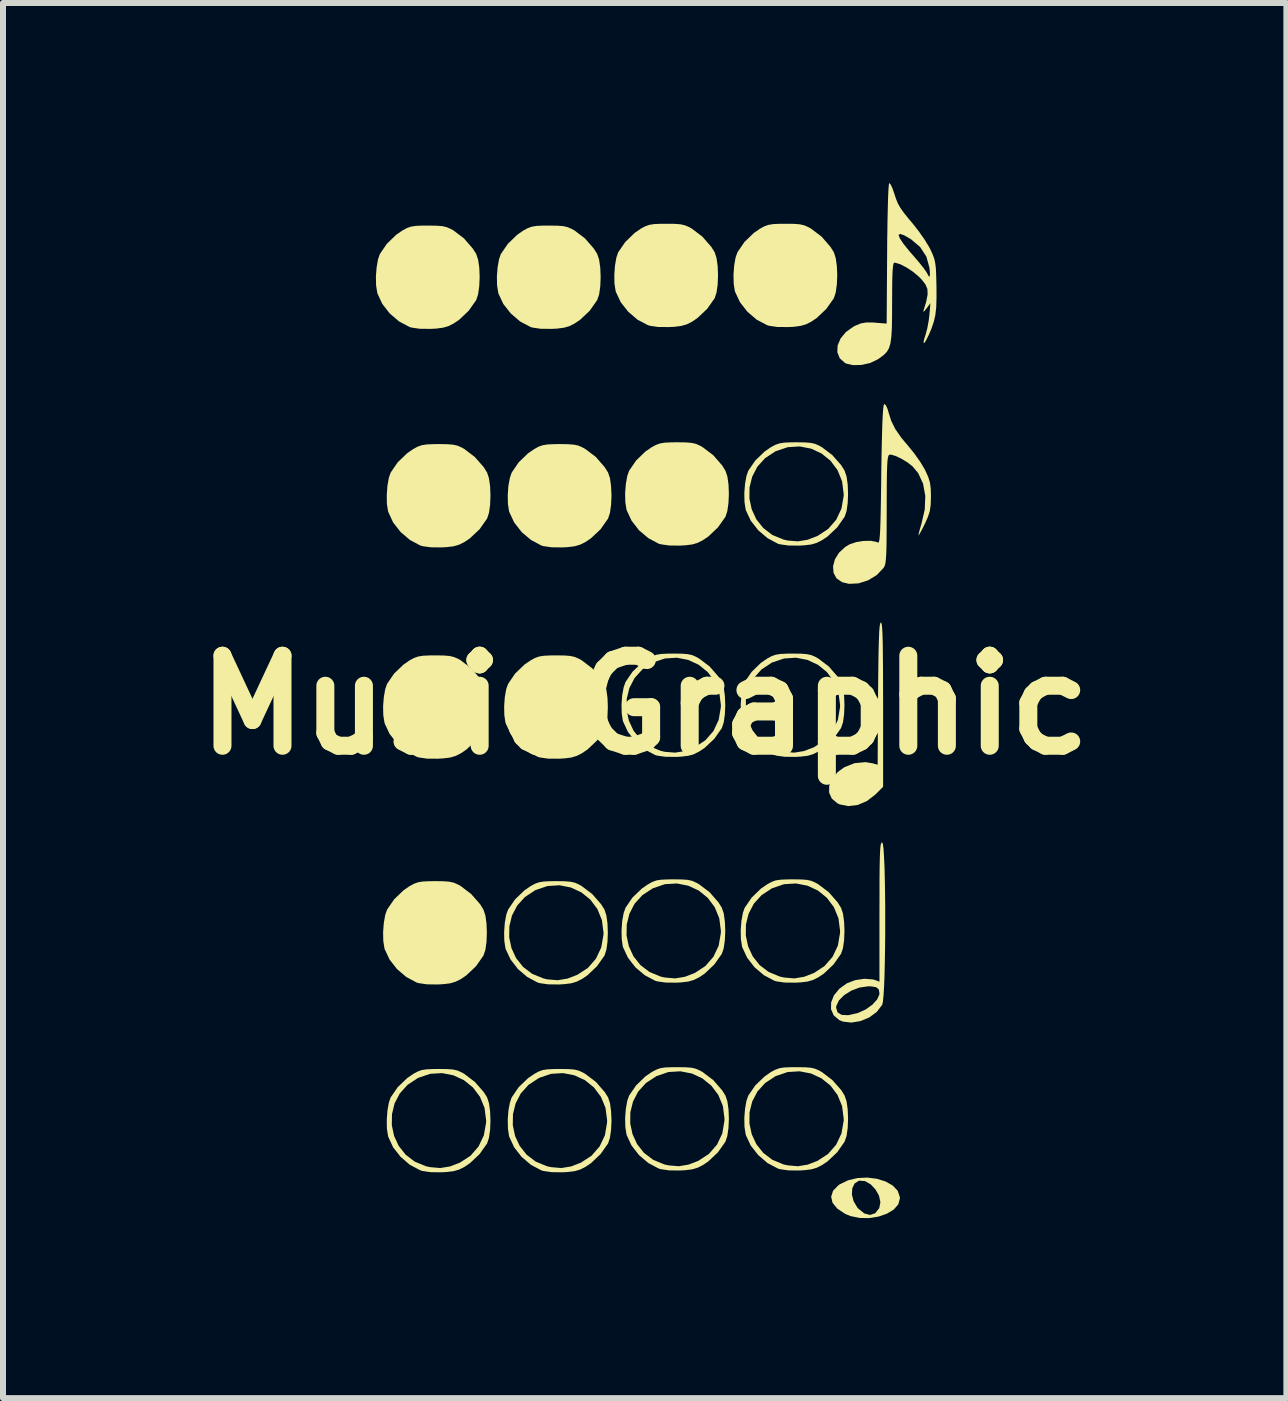
<source format=kicad_pcb>
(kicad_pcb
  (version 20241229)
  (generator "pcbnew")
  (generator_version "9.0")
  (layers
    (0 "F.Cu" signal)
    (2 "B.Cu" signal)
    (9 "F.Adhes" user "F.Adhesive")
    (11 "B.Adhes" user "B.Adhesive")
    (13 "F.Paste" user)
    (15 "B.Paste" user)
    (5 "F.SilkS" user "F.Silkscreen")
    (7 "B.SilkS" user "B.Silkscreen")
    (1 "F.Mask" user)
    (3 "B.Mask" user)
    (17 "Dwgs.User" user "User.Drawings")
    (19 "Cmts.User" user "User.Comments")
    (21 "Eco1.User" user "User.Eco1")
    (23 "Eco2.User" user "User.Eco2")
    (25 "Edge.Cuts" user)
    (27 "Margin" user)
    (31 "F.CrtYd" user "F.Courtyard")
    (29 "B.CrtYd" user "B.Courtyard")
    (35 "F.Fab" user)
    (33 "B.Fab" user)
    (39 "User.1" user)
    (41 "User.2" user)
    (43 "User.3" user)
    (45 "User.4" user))
  (footprint "MusicGraphic"
    (layer "F.Cu")
    (at 7.693 8.699)
    (property "Reference" "MusicGraphic" (at 0 0 0) (layer "F.SilkS") (effects (font (size 1.5 1.5) (thickness 0.3))))
    (attr board_only exclude_from_pos_files exclude_from_bom)
    (fp_poly (pts (xy 3.944 -1.368) (xy 3.952 -1.333) (xy 3.958 -1.268) (xy 3.963 -1.167) (xy 3.967 -1.027) (xy 3.969 -0.844) (xy 3.971 -0.613) (xy 3.972 -0.33) (xy 3.973 -0.014) (xy 3.973 1.362) (xy 3.845 1.49) (xy 3.704 1.599) (xy 3.549 1.665) (xy 3.392 1.684) (xy 3.248 1.655) (xy 3.213 1.638) (xy 3.118 1.559) (xy 3.073 1.458) (xy 3.075 1.344) (xy 3.124 1.227) (xy 3.216 1.117) (xy 3.325 1.037) (xy 3.498 0.968) (xy 3.681 0.951) (xy 3.799 0.971) (xy 3.882 0.994) (xy 3.889 -0.185) (xy 3.892 -0.498) (xy 3.895 -0.755) (xy 3.899 -0.961) (xy 3.904 -1.12) (xy 3.909 -1.237) (xy 3.916 -1.315) (xy 3.925 -1.361) (xy 3.935 -1.377)) (stroke (width 0) (type solid)) (fill yes) (layer "F.SilkS"))
    (fp_poly (pts (xy -3.472 -7.988) (xy -3.374 -7.981) (xy -3.3 -7.964) (xy -3.233 -7.934) (xy -3.187 -7.909) (xy -3.011 -7.776) (xy -2.863 -7.605) (xy -2.807 -7.516) (xy -2.775 -7.42) (xy -2.756 -7.286) (xy -2.75 -7.132) (xy -2.757 -6.978) (xy -2.776 -6.843) (xy -2.807 -6.749) (xy -2.932 -6.572) (xy -3.092 -6.42) (xy -3.184 -6.358) (xy -3.271 -6.314) (xy -3.362 -6.288) (xy -3.479 -6.273) (xy -3.563 -6.269) (xy -3.746 -6.27) (xy -3.884 -6.29) (xy -3.92 -6.301) (xy -4.092 -6.392) (xy -4.248 -6.525) (xy -4.372 -6.684) (xy -4.452 -6.855) (xy -4.457 -6.874) (xy -4.476 -6.995) (xy -4.479 -7.143) (xy -4.467 -7.295) (xy -4.443 -7.43) (xy -4.413 -7.516) (xy -4.297 -7.686) (xy -4.141 -7.837) (xy -4.036 -7.909) (xy -3.964 -7.948) (xy -3.896 -7.972) (xy -3.815 -7.985) (xy -3.703 -7.99) (xy -3.611 -7.99)) (stroke (width 0) (type solid)) (fill yes) (layer "F.SilkS"))
    (fp_poly (pts (xy -3.351 -0.826) (xy -3.253 -0.818) (xy -3.18 -0.801) (xy -3.112 -0.772) (xy -3.066 -0.746) (xy -2.891 -0.613) (xy -2.742 -0.442) (xy -2.687 -0.353) (xy -2.655 -0.258) (xy -2.636 -0.123) (xy -2.63 0.031) (xy -2.636 0.185) (xy -2.655 0.319) (xy -2.687 0.413) (xy -2.811 0.591) (xy -2.972 0.742) (xy -3.063 0.804) (xy -3.151 0.848) (xy -3.242 0.875) (xy -3.359 0.889) (xy -3.443 0.894) (xy -3.626 0.893) (xy -3.764 0.873) (xy -3.8 0.862) (xy -3.972 0.77) (xy -4.127 0.638) (xy -4.252 0.479) (xy -4.332 0.308) (xy -4.337 0.289) (xy -4.356 0.168) (xy -4.359 0.02) (xy -4.347 -0.133) (xy -4.323 -0.268) (xy -4.293 -0.353) (xy -4.176 -0.524) (xy -4.02 -0.674) (xy -3.916 -0.746) (xy -3.843 -0.785) (xy -3.775 -0.809) (xy -3.695 -0.822) (xy -3.583 -0.827) (xy -3.491 -0.828)) (stroke (width 0) (type solid)) (fill yes) (layer "F.SilkS"))
    (fp_poly (pts (xy -3.351 2.936) (xy -3.253 2.944) (xy -3.18 2.96) (xy -3.112 2.99) (xy -3.066 3.016) (xy -2.891 3.149) (xy -2.742 3.319) (xy -2.687 3.409) (xy -2.655 3.504) (xy -2.636 3.639) (xy -2.63 3.793) (xy -2.636 3.947) (xy -2.655 4.081) (xy -2.687 4.175) (xy -2.811 4.352) (xy -2.972 4.504) (xy -3.063 4.566) (xy -3.151 4.61) (xy -3.242 4.637) (xy -3.359 4.651) (xy -3.443 4.656) (xy -3.626 4.654) (xy -3.764 4.634) (xy -3.8 4.624) (xy -3.972 4.532) (xy -4.127 4.4) (xy -4.252 4.24) (xy -4.332 4.069) (xy -4.337 4.051) (xy -4.356 3.93) (xy -4.359 3.782) (xy -4.347 3.629) (xy -4.323 3.494) (xy -4.293 3.409) (xy -4.176 3.238) (xy -4.02 3.088) (xy -3.916 3.016) (xy -3.843 2.977) (xy -3.775 2.953) (xy -3.695 2.94) (xy -3.583 2.935) (xy -3.491 2.934)) (stroke (width 0) (type solid)) (fill yes) (layer "F.SilkS"))
    (fp_poly (pts (xy -3.291 -4.347) (xy -3.193 -4.339) (xy -3.12 -4.323) (xy -3.052 -4.293) (xy -3.006 -4.267) (xy -2.831 -4.134) (xy -2.682 -3.964) (xy -2.626 -3.874) (xy -2.595 -3.779) (xy -2.576 -3.644) (xy -2.57 -3.49) (xy -2.576 -3.336) (xy -2.595 -3.202) (xy -2.626 -3.108) (xy -2.751 -2.93) (xy -2.912 -2.779) (xy -3.003 -2.717) (xy -3.091 -2.673) (xy -3.182 -2.646) (xy -3.298 -2.632) (xy -3.383 -2.627) (xy -3.566 -2.629) (xy -3.704 -2.648) (xy -3.739 -2.659) (xy -3.912 -2.751) (xy -4.067 -2.883) (xy -4.192 -3.043) (xy -4.271 -3.214) (xy -4.277 -3.232) (xy -4.296 -3.353) (xy -4.298 -3.501) (xy -4.287 -3.654) (xy -4.263 -3.789) (xy -4.233 -3.874) (xy -4.116 -4.045) (xy -3.96 -4.195) (xy -3.856 -4.267) (xy -3.783 -4.306) (xy -3.715 -4.33) (xy -3.634 -4.343) (xy -3.523 -4.348) (xy -3.431 -4.349)) (stroke (width 0) (type solid)) (fill yes) (layer "F.SilkS"))
    (fp_poly (pts (xy -1.455 -7.988) (xy -1.357 -7.981) (xy -1.284 -7.964) (xy -1.216 -7.934) (xy -1.17 -7.909) (xy -0.995 -7.776) (xy -0.846 -7.605) (xy -0.791 -7.516) (xy -0.759 -7.42) (xy -0.74 -7.286) (xy -0.734 -7.132) (xy -0.74 -6.978) (xy -0.759 -6.843) (xy -0.791 -6.749) (xy -0.915 -6.572) (xy -1.076 -6.42) (xy -1.168 -6.358) (xy -1.255 -6.314) (xy -1.346 -6.288) (xy -1.463 -6.273) (xy -1.547 -6.269) (xy -1.73 -6.27) (xy -1.868 -6.29) (xy -1.904 -6.301) (xy -2.076 -6.392) (xy -2.231 -6.525) (xy -2.356 -6.684) (xy -2.436 -6.855) (xy -2.441 -6.874) (xy -2.46 -6.995) (xy -2.463 -7.143) (xy -2.451 -7.295) (xy -2.427 -7.43) (xy -2.397 -7.516) (xy -2.28 -7.686) (xy -2.124 -7.837) (xy -2.02 -7.909) (xy -1.947 -7.948) (xy -1.879 -7.972) (xy -1.799 -7.985) (xy -1.687 -7.99) (xy -1.595 -7.99)) (stroke (width 0) (type solid)) (fill yes) (layer "F.SilkS"))
    (fp_poly (pts (xy -1.335 -0.826) (xy -1.237 -0.818) (xy -1.163 -0.801) (xy -1.096 -0.772) (xy -1.05 -0.746) (xy -0.875 -0.613) (xy -0.726 -0.442) (xy -0.67 -0.353) (xy -0.639 -0.258) (xy -0.62 -0.123) (xy -0.614 0.031) (xy -0.62 0.185) (xy -0.639 0.319) (xy -0.67 0.413) (xy -0.795 0.591) (xy -0.955 0.742) (xy -1.047 0.804) (xy -1.135 0.848) (xy -1.226 0.875) (xy -1.342 0.889) (xy -1.427 0.894) (xy -1.609 0.893) (xy -1.748 0.873) (xy -1.783 0.862) (xy -1.956 0.77) (xy -2.111 0.638) (xy -2.235 0.479) (xy -2.315 0.308) (xy -2.321 0.289) (xy -2.339 0.168) (xy -2.342 0.02) (xy -2.331 -0.133) (xy -2.307 -0.268) (xy -2.276 -0.353) (xy -2.16 -0.524) (xy -2.004 -0.674) (xy -1.899 -0.746) (xy -1.827 -0.785) (xy -1.759 -0.809) (xy -1.678 -0.822) (xy -1.566 -0.827) (xy -1.475 -0.828)) (stroke (width 0) (type solid)) (fill yes) (layer "F.SilkS"))
    (fp_poly (pts (xy -1.275 -4.347) (xy -1.177 -4.339) (xy -1.103 -4.323) (xy -1.036 -4.293) (xy -0.99 -4.267) (xy -0.814 -4.134) (xy -0.666 -3.964) (xy -0.61 -3.874) (xy -0.578 -3.779) (xy -0.56 -3.644) (xy -0.553 -3.49) (xy -0.56 -3.336) (xy -0.579 -3.202) (xy -0.61 -3.108) (xy -0.735 -2.93) (xy -0.895 -2.779) (xy -0.987 -2.717) (xy -1.075 -2.673) (xy -1.166 -2.646) (xy -1.282 -2.632) (xy -1.367 -2.627) (xy -1.549 -2.629) (xy -1.687 -2.648) (xy -1.723 -2.659) (xy -1.895 -2.751) (xy -2.051 -2.883) (xy -2.175 -3.043) (xy -2.255 -3.214) (xy -2.261 -3.232) (xy -2.279 -3.353) (xy -2.282 -3.501) (xy -2.271 -3.654) (xy -2.246 -3.789) (xy -2.216 -3.874) (xy -2.1 -4.045) (xy -1.944 -4.195) (xy -1.839 -4.267) (xy -1.767 -4.306) (xy -1.699 -4.33) (xy -1.618 -4.343) (xy -1.506 -4.348) (xy -1.414 -4.349)) (stroke (width 0) (type solid)) (fill yes) (layer "F.SilkS"))
    (fp_poly (pts (xy 0.501 -8.019) (xy 0.599 -8.011) (xy 0.672 -7.994) (xy 0.74 -7.965) (xy 0.786 -7.939) (xy 0.961 -7.806) (xy 1.11 -7.635) (xy 1.166 -7.546) (xy 1.197 -7.45) (xy 1.216 -7.316) (xy 1.222 -7.162) (xy 1.216 -7.008) (xy 1.197 -6.873) (xy 1.166 -6.779) (xy 1.041 -6.602) (xy 0.88 -6.45) (xy 0.789 -6.388) (xy 0.701 -6.344) (xy 0.61 -6.318) (xy 0.494 -6.303) (xy 0.409 -6.299) (xy 0.226 -6.3) (xy 0.088 -6.32) (xy 0.053 -6.331) (xy -0.12 -6.422) (xy -0.275 -6.555) (xy -0.4 -6.714) (xy -0.48 -6.885) (xy -0.485 -6.904) (xy -0.504 -7.025) (xy -0.506 -7.173) (xy -0.495 -7.325) (xy -0.471 -7.46) (xy -0.441 -7.546) (xy -0.324 -7.716) (xy -0.168 -7.867) (xy -0.064 -7.939) (xy 0.009 -7.978) (xy 0.077 -8.002) (xy 0.157 -8.015) (xy 0.269 -8.02) (xy 0.361 -8.02)) (stroke (width 0) (type solid)) (fill yes) (layer "F.SilkS"))
    (fp_poly (pts (xy 0.682 -4.377) (xy 0.779 -4.369) (xy 0.853 -4.353) (xy 0.92 -4.323) (xy 0.966 -4.297) (xy 1.142 -4.164) (xy 1.29 -3.994) (xy 1.346 -3.904) (xy 1.378 -3.809) (xy 1.397 -3.674) (xy 1.403 -3.52) (xy 1.396 -3.366) (xy 1.377 -3.232) (xy 1.346 -3.138) (xy 1.221 -2.961) (xy 1.061 -2.809) (xy 0.969 -2.747) (xy 0.882 -2.703) (xy 0.791 -2.676) (xy 0.674 -2.662) (xy 0.59 -2.657) (xy 0.407 -2.659) (xy 0.269 -2.679) (xy 0.233 -2.689) (xy 0.061 -2.781) (xy -0.095 -2.913) (xy -0.219 -3.073) (xy -0.299 -3.244) (xy -0.304 -3.262) (xy -0.323 -3.383) (xy -0.326 -3.531) (xy -0.314 -3.684) (xy -0.29 -3.819) (xy -0.26 -3.904) (xy -0.143 -4.075) (xy 0.012 -4.225) (xy 0.117 -4.297) (xy 0.19 -4.336) (xy 0.257 -4.36) (xy 0.338 -4.373) (xy 0.45 -4.378) (xy 0.542 -4.379)) (stroke (width 0) (type solid)) (fill yes) (layer "F.SilkS"))
    (fp_poly (pts (xy 2.487 -8.019) (xy 2.585 -8.011) (xy 2.659 -7.994) (xy 2.726 -7.965) (xy 2.772 -7.939) (xy 2.948 -7.806) (xy 3.096 -7.635) (xy 3.152 -7.546) (xy 3.183 -7.45) (xy 3.202 -7.316) (xy 3.209 -7.162) (xy 3.202 -7.008) (xy 3.183 -6.873) (xy 3.152 -6.779) (xy 3.027 -6.602) (xy 2.867 -6.45) (xy 2.775 -6.388) (xy 2.687 -6.344) (xy 2.596 -6.318) (xy 2.48 -6.303) (xy 2.395 -6.299) (xy 2.213 -6.3) (xy 2.074 -6.32) (xy 2.039 -6.331) (xy 1.866 -6.422) (xy 1.711 -6.555) (xy 1.587 -6.714) (xy 1.507 -6.885) (xy 1.501 -6.904) (xy 1.483 -7.025) (xy 1.48 -7.173) (xy 1.491 -7.325) (xy 1.515 -7.46) (xy 1.546 -7.546) (xy 1.662 -7.716) (xy 1.818 -7.867) (xy 1.923 -7.939) (xy 1.995 -7.978) (xy 2.063 -8.002) (xy 2.144 -8.015) (xy 2.256 -8.02) (xy 2.347 -8.02)) (stroke (width 0) (type solid)) (fill yes) (layer "F.SilkS"))
    (fp_poly (pts (xy 3.87 7.894) (xy 4.014 7.939) (xy 4.133 8.006) (xy 4.216 8.094) (xy 4.252 8.2) (xy 4.253 8.221) (xy 4.226 8.321) (xy 4.15 8.407) (xy 4.036 8.476) (xy 3.897 8.524) (xy 3.741 8.549) (xy 3.582 8.547) (xy 3.428 8.515) (xy 3.341 8.479) (xy 3.209 8.391) (xy 3.13 8.294) (xy 3.107 8.192) (xy 3.119 8.156) (xy 3.453 8.156) (xy 3.481 8.267) (xy 3.542 8.371) (xy 3.558 8.39) (xy 3.659 8.471) (xy 3.755 8.497) (xy 3.841 8.468) (xy 3.908 8.384) (xy 3.909 8.382) (xy 3.928 8.283) (xy 3.904 8.175) (xy 3.846 8.072) (xy 3.766 7.987) (xy 3.673 7.933) (xy 3.577 7.925) (xy 3.569 7.927) (xy 3.498 7.972) (xy 3.459 8.053) (xy 3.453 8.156) (xy 3.119 8.156) (xy 3.139 8.093) (xy 3.229 8.001) (xy 3.246 7.989) (xy 3.389 7.919) (xy 3.547 7.882) (xy 3.711 7.874)) (stroke (width 0) (type solid)) (fill yes) (layer "F.SilkS"))
    (fp_poly (pts (xy 3.969 2.316) (xy 3.98 2.398) (xy 3.988 2.525) (xy 3.996 2.691) (xy 4.001 2.887) (xy 4.005 3.107) (xy 4.008 3.343) (xy 4.008 3.588) (xy 4.008 3.835) (xy 4.005 4.076) (xy 4.001 4.305) (xy 3.996 4.513) (xy 3.989 4.693) (xy 3.98 4.838) (xy 3.97 4.941) (xy 3.958 4.995) (xy 3.957 4.996) (xy 3.868 5.113) (xy 3.743 5.205) (xy 3.596 5.266) (xy 3.445 5.291) (xy 3.304 5.275) (xy 3.243 5.25) (xy 3.15 5.171) (xy 3.105 5.069) (xy 3.105 5.043) (xy 3.19 5.043) (xy 3.214 5.121) (xy 3.283 5.163) (xy 3.392 5.168) (xy 3.539 5.135) (xy 3.562 5.128) (xy 3.687 5.07) (xy 3.795 4.992) (xy 3.874 4.905) (xy 3.911 4.822) (xy 3.912 4.806) (xy 3.901 4.739) (xy 3.859 4.702) (xy 3.775 4.688) (xy 3.718 4.687) (xy 3.578 4.708) (xy 3.443 4.759) (xy 3.325 4.833) (xy 3.237 4.921) (xy 3.193 5.014) (xy 3.19 5.043) (xy 3.105 5.043) (xy 3.107 4.955) (xy 3.153 4.838) (xy 3.243 4.728) (xy 3.369 4.637) (xy 3.507 4.584) (xy 3.661 4.561) (xy 3.803 4.572) (xy 3.845 4.584) (xy 3.912 4.609) (xy 3.912 3.448) (xy 3.913 3.15) (xy 3.913 2.907) (xy 3.915 2.713) (xy 3.918 2.563) (xy 3.922 2.452) (xy 3.927 2.374) (xy 3.934 2.325) (xy 3.943 2.297) (xy 3.954 2.288) (xy 3.957 2.287)) (stroke (width 0) (type solid)) (fill yes) (layer "F.SilkS"))
    (fp_poly (pts (xy -3.291 6.066) (xy -3.193 6.073) (xy -3.12 6.09) (xy -3.052 6.12) (xy -3.006 6.146) (xy -2.831 6.279) (xy -2.682 6.449) (xy -2.626 6.538) (xy -2.595 6.634) (xy -2.576 6.769) (xy -2.57 6.923) (xy -2.576 7.077) (xy -2.595 7.211) (xy -2.626 7.305) (xy -2.751 7.482) (xy -2.912 7.634) (xy -3.003 7.696) (xy -3.091 7.74) (xy -3.182 7.767) (xy -3.298 7.781) (xy -3.383 7.786) (xy -3.566 7.784) (xy -3.704 7.764) (xy -3.739 7.753) (xy -3.912 7.662) (xy -4.067 7.529) (xy -4.192 7.37) (xy -4.271 7.199) (xy -4.277 7.18) (xy -4.296 7.059) (xy -4.297 7.001) (xy -4.214 7.001) (xy -4.176 7.18) (xy -4.099 7.346) (xy -3.984 7.492) (xy -3.832 7.608) (xy -3.645 7.685) (xy -3.577 7.7) (xy -3.406 7.715) (xy -3.242 7.688) (xy -3.079 7.625) (xy -2.902 7.51) (xy -2.768 7.355) (xy -2.68 7.169) (xy -2.643 6.958) (xy -2.642 6.922) (xy -2.669 6.712) (xy -2.745 6.528) (xy -2.862 6.372) (xy -3.012 6.251) (xy -3.186 6.17) (xy -3.377 6.133) (xy -3.576 6.145) (xy -3.776 6.213) (xy -3.777 6.213) (xy -3.951 6.328) (xy -4.081 6.472) (xy -4.168 6.638) (xy -4.211 6.817) (xy -4.214 7.001) (xy -4.297 7.001) (xy -4.298 6.912) (xy -4.287 6.759) (xy -4.263 6.624) (xy -4.233 6.538) (xy -4.116 6.368) (xy -3.96 6.218) (xy -3.856 6.146) (xy -3.783 6.107) (xy -3.715 6.082) (xy -3.634 6.07) (xy -3.523 6.065) (xy -3.431 6.064)) (stroke (width 0) (type solid)) (fill yes) (layer "F.SilkS"))
    (fp_poly (pts (xy -1.335 2.936) (xy -1.237 2.944) (xy -1.163 2.96) (xy -1.096 2.99) (xy -1.05 3.016) (xy -0.875 3.149) (xy -0.726 3.319) (xy -0.67 3.409) (xy -0.639 3.504) (xy -0.62 3.639) (xy -0.614 3.793) (xy -0.62 3.947) (xy -0.639 4.081) (xy -0.67 4.175) (xy -0.795 4.352) (xy -0.955 4.504) (xy -1.047 4.566) (xy -1.135 4.61) (xy -1.226 4.637) (xy -1.342 4.651) (xy -1.427 4.656) (xy -1.609 4.654) (xy -1.748 4.634) (xy -1.783 4.624) (xy -1.956 4.532) (xy -2.111 4.4) (xy -2.235 4.24) (xy -2.315 4.069) (xy -2.321 4.051) (xy -2.339 3.93) (xy -2.341 3.871) (xy -2.258 3.871) (xy -2.22 4.05) (xy -2.143 4.217) (xy -2.028 4.362) (xy -1.876 4.478) (xy -1.689 4.555) (xy -1.621 4.571) (xy -1.45 4.585) (xy -1.286 4.558) (xy -1.122 4.495) (xy -0.946 4.38) (xy -0.812 4.226) (xy -0.724 4.039) (xy -0.687 3.828) (xy -0.686 3.792) (xy -0.713 3.583) (xy -0.789 3.398) (xy -0.906 3.242) (xy -1.056 3.121) (xy -1.23 3.04) (xy -1.421 3.003) (xy -1.62 3.016) (xy -1.82 3.083) (xy -1.82 3.083) (xy -1.995 3.198) (xy -2.125 3.342) (xy -2.212 3.508) (xy -2.255 3.687) (xy -2.258 3.871) (xy -2.341 3.871) (xy -2.342 3.782) (xy -2.331 3.629) (xy -2.307 3.494) (xy -2.276 3.409) (xy -2.16 3.238) (xy -2.004 3.088) (xy -1.899 3.016) (xy -1.827 2.977) (xy -1.759 2.953) (xy -1.678 2.94) (xy -1.566 2.935) (xy -1.475 2.934)) (stroke (width 0) (type solid)) (fill yes) (layer "F.SilkS"))
    (fp_poly (pts (xy -1.275 6.066) (xy -1.177 6.073) (xy -1.103 6.09) (xy -1.036 6.12) (xy -0.99 6.146) (xy -0.814 6.279) (xy -0.666 6.449) (xy -0.61 6.538) (xy -0.578 6.634) (xy -0.56 6.769) (xy -0.553 6.923) (xy -0.56 7.077) (xy -0.579 7.211) (xy -0.61 7.305) (xy -0.735 7.482) (xy -0.895 7.634) (xy -0.987 7.696) (xy -1.075 7.74) (xy -1.166 7.767) (xy -1.282 7.781) (xy -1.367 7.786) (xy -1.549 7.784) (xy -1.687 7.764) (xy -1.723 7.753) (xy -1.895 7.662) (xy -2.051 7.529) (xy -2.175 7.37) (xy -2.255 7.199) (xy -2.261 7.18) (xy -2.279 7.059) (xy -2.28 7.001) (xy -2.198 7.001) (xy -2.16 7.18) (xy -2.083 7.346) (xy -1.968 7.492) (xy -1.816 7.608) (xy -1.629 7.685) (xy -1.561 7.7) (xy -1.389 7.715) (xy -1.225 7.688) (xy -1.062 7.625) (xy -0.886 7.51) (xy -0.751 7.355) (xy -0.663 7.169) (xy -0.627 6.958) (xy -0.626 6.922) (xy -0.653 6.712) (xy -0.729 6.528) (xy -0.846 6.372) (xy -0.995 6.251) (xy -1.17 6.17) (xy -1.36 6.133) (xy -1.56 6.145) (xy -1.76 6.213) (xy -1.76 6.213) (xy -1.935 6.328) (xy -2.065 6.472) (xy -2.151 6.638) (xy -2.195 6.817) (xy -2.198 7.001) (xy -2.28 7.001) (xy -2.282 6.912) (xy -2.271 6.759) (xy -2.246 6.624) (xy -2.216 6.538) (xy -2.1 6.368) (xy -1.944 6.218) (xy -1.839 6.146) (xy -1.767 6.107) (xy -1.699 6.082) (xy -1.618 6.07) (xy -1.506 6.065) (xy -1.414 6.064)) (stroke (width 0) (type solid)) (fill yes) (layer "F.SilkS"))
    (fp_poly (pts (xy 0.621 -0.856) (xy 0.719 -0.848) (xy 0.793 -0.832) (xy 0.86 -0.802) (xy 0.906 -0.776) (xy 1.082 -0.643) (xy 1.23 -0.473) (xy 1.286 -0.383) (xy 1.318 -0.288) (xy 1.336 -0.153) (xy 1.343 0.001) (xy 1.336 0.155) (xy 1.317 0.289) (xy 1.286 0.383) (xy 1.161 0.561) (xy 1.001 0.712) (xy 0.909 0.774) (xy 0.821 0.818) (xy 0.73 0.845) (xy 0.614 0.859) (xy 0.529 0.864) (xy 0.347 0.862) (xy 0.209 0.843) (xy 0.173 0.832) (xy 0.001 0.74) (xy -0.155 0.608) (xy -0.279 0.448) (xy -0.359 0.277) (xy -0.365 0.259) (xy -0.383 0.138) (xy -0.384 0.079) (xy -0.302 0.079) (xy -0.264 0.258) (xy -0.187 0.425) (xy -0.072 0.57) (xy 0.08 0.686) (xy 0.267 0.763) (xy 0.335 0.779) (xy 0.507 0.793) (xy 0.671 0.766) (xy 0.834 0.703) (xy 1.01 0.588) (xy 1.145 0.434) (xy 1.233 0.247) (xy 1.269 0.036) (xy 1.27 0) (xy 1.243 -0.209) (xy 1.167 -0.394) (xy 1.05 -0.55) (xy 0.901 -0.671) (xy 0.726 -0.752) (xy 0.536 -0.789) (xy 0.336 -0.776) (xy 0.136 -0.709) (xy 0.136 -0.709) (xy -0.039 -0.594) (xy -0.169 -0.45) (xy -0.255 -0.284) (xy -0.299 -0.105) (xy -0.302 0.079) (xy -0.384 0.079) (xy -0.386 -0.01) (xy -0.375 -0.163) (xy -0.35 -0.298) (xy -0.32 -0.383) (xy -0.204 -0.554) (xy -0.048 -0.704) (xy 0.057 -0.776) (xy 0.129 -0.815) (xy 0.197 -0.839) (xy 0.278 -0.852) (xy 0.39 -0.857) (xy 0.482 -0.858)) (stroke (width 0) (type solid)) (fill yes) (layer "F.SilkS"))
    (fp_poly (pts (xy 0.621 2.906) (xy 0.719 2.913) (xy 0.793 2.93) (xy 0.86 2.96) (xy 0.906 2.986) (xy 1.082 3.119) (xy 1.23 3.289) (xy 1.286 3.379) (xy 1.318 3.474) (xy 1.336 3.609) (xy 1.343 3.763) (xy 1.336 3.917) (xy 1.317 4.051) (xy 1.286 4.145) (xy 1.161 4.322) (xy 1.001 4.474) (xy 0.909 4.536) (xy 0.821 4.58) (xy 0.73 4.607) (xy 0.614 4.621) (xy 0.529 4.626) (xy 0.347 4.624) (xy 0.209 4.604) (xy 0.173 4.593) (xy 0.001 4.502) (xy -0.155 4.37) (xy -0.279 4.21) (xy -0.359 4.039) (xy -0.365 4.021) (xy -0.383 3.9) (xy -0.384 3.841) (xy -0.302 3.841) (xy -0.264 4.02) (xy -0.187 4.187) (xy -0.072 4.332) (xy 0.08 4.448) (xy 0.267 4.525) (xy 0.335 4.54) (xy 0.507 4.555) (xy 0.671 4.528) (xy 0.834 4.465) (xy 1.01 4.35) (xy 1.145 4.195) (xy 1.233 4.009) (xy 1.269 3.798) (xy 1.27 3.762) (xy 1.243 3.553) (xy 1.167 3.368) (xy 1.05 3.212) (xy 0.901 3.091) (xy 0.726 3.01) (xy 0.536 2.973) (xy 0.336 2.985) (xy 0.136 3.053) (xy 0.136 3.053) (xy -0.039 3.168) (xy -0.169 3.312) (xy -0.255 3.478) (xy -0.299 3.657) (xy -0.302 3.841) (xy -0.384 3.841) (xy -0.386 3.752) (xy -0.375 3.599) (xy -0.35 3.464) (xy -0.32 3.379) (xy -0.204 3.208) (xy -0.048 3.058) (xy 0.057 2.986) (xy 0.129 2.947) (xy 0.197 2.922) (xy 0.278 2.91) (xy 0.39 2.905) (xy 0.482 2.904)) (stroke (width 0) (type solid)) (fill yes) (layer "F.SilkS"))
    (fp_poly (pts (xy 0.682 6.036) (xy 0.779 6.043) (xy 0.853 6.06) (xy 0.92 6.09) (xy 0.966 6.116) (xy 1.142 6.249) (xy 1.29 6.419) (xy 1.346 6.508) (xy 1.378 6.604) (xy 1.397 6.738) (xy 1.403 6.893) (xy 1.396 7.047) (xy 1.377 7.181) (xy 1.346 7.275) (xy 1.221 7.452) (xy 1.061 7.604) (xy 0.969 7.666) (xy 0.882 7.71) (xy 0.791 7.737) (xy 0.674 7.751) (xy 0.59 7.756) (xy 0.407 7.754) (xy 0.269 7.734) (xy 0.233 7.723) (xy 0.061 7.632) (xy -0.095 7.499) (xy -0.219 7.34) (xy -0.299 7.169) (xy -0.304 7.15) (xy -0.323 7.029) (xy -0.324 6.971) (xy -0.241 6.971) (xy -0.203 7.15) (xy -0.127 7.316) (xy -0.012 7.462) (xy 0.14 7.577) (xy 0.328 7.655) (xy 0.396 7.67) (xy 0.567 7.685) (xy 0.731 7.658) (xy 0.894 7.595) (xy 1.07 7.48) (xy 1.205 7.325) (xy 1.293 7.139) (xy 1.329 6.928) (xy 1.33 6.892) (xy 1.303 6.682) (xy 1.227 6.497) (xy 1.11 6.342) (xy 0.961 6.221) (xy 0.787 6.14) (xy 0.596 6.103) (xy 0.396 6.115) (xy 0.197 6.183) (xy 0.196 6.183) (xy 0.021 6.298) (xy -0.109 6.442) (xy -0.195 6.608) (xy -0.239 6.787) (xy -0.241 6.971) (xy -0.324 6.971) (xy -0.326 6.881) (xy -0.314 6.729) (xy -0.29 6.594) (xy -0.26 6.508) (xy -0.143 6.338) (xy 0.012 6.188) (xy 0.117 6.116) (xy 0.19 6.077) (xy 0.257 6.052) (xy 0.338 6.039) (xy 0.45 6.035) (xy 0.542 6.034)) (stroke (width 0) (type solid)) (fill yes) (layer "F.SilkS"))
    (fp_poly (pts (xy 2.608 -0.856) (xy 2.705 -0.848) (xy 2.779 -0.832) (xy 2.846 -0.802) (xy 2.892 -0.776) (xy 3.068 -0.643) (xy 3.216 -0.473) (xy 3.272 -0.383) (xy 3.304 -0.288) (xy 3.323 -0.153) (xy 3.329 0.001) (xy 3.323 0.155) (xy 3.304 0.289) (xy 3.272 0.383) (xy 3.147 0.561) (xy 2.987 0.712) (xy 2.895 0.774) (xy 2.808 0.818) (xy 2.717 0.845) (xy 2.6 0.859) (xy 2.516 0.864) (xy 2.333 0.862) (xy 2.195 0.843) (xy 2.159 0.832) (xy 1.987 0.74) (xy 1.831 0.608) (xy 1.707 0.448) (xy 1.627 0.277) (xy 1.622 0.259) (xy 1.603 0.138) (xy 1.602 0.079) (xy 1.685 0.079) (xy 1.723 0.258) (xy 1.8 0.425) (xy 1.914 0.57) (xy 2.066 0.686) (xy 2.254 0.763) (xy 2.322 0.779) (xy 2.493 0.793) (xy 2.657 0.766) (xy 2.82 0.703) (xy 2.996 0.588) (xy 3.131 0.434) (xy 3.219 0.247) (xy 3.255 0.036) (xy 3.256 0) (xy 3.229 -0.209) (xy 3.153 -0.394) (xy 3.036 -0.55) (xy 2.887 -0.671) (xy 2.713 -0.752) (xy 2.522 -0.789) (xy 2.322 -0.776) (xy 2.123 -0.709) (xy 2.122 -0.709) (xy 1.947 -0.594) (xy 1.817 -0.45) (xy 1.731 -0.284) (xy 1.687 -0.105) (xy 1.685 0.079) (xy 1.602 0.079) (xy 1.6 -0.01) (xy 1.612 -0.163) (xy 1.636 -0.298) (xy 1.666 -0.383) (xy 1.783 -0.554) (xy 1.938 -0.704) (xy 2.043 -0.776) (xy 2.116 -0.815) (xy 2.183 -0.839) (xy 2.264 -0.852) (xy 2.376 -0.857) (xy 2.468 -0.858)) (stroke (width 0) (type solid)) (fill yes) (layer "F.SilkS"))
    (fp_poly (pts (xy 2.608 2.906) (xy 2.705 2.913) (xy 2.779 2.93) (xy 2.846 2.96) (xy 2.892 2.986) (xy 3.068 3.119) (xy 3.216 3.289) (xy 3.272 3.379) (xy 3.304 3.474) (xy 3.323 3.609) (xy 3.329 3.763) (xy 3.323 3.917) (xy 3.304 4.051) (xy 3.272 4.145) (xy 3.147 4.322) (xy 2.987 4.474) (xy 2.895 4.536) (xy 2.808 4.58) (xy 2.717 4.607) (xy 2.6 4.621) (xy 2.516 4.626) (xy 2.333 4.624) (xy 2.195 4.604) (xy 2.159 4.593) (xy 1.987 4.502) (xy 1.831 4.37) (xy 1.707 4.21) (xy 1.627 4.039) (xy 1.622 4.021) (xy 1.603 3.9) (xy 1.602 3.841) (xy 1.685 3.841) (xy 1.723 4.02) (xy 1.8 4.187) (xy 1.914 4.332) (xy 2.066 4.448) (xy 2.254 4.525) (xy 2.322 4.54) (xy 2.493 4.555) (xy 2.657 4.528) (xy 2.82 4.465) (xy 2.996 4.35) (xy 3.131 4.195) (xy 3.219 4.009) (xy 3.255 3.798) (xy 3.256 3.762) (xy 3.229 3.553) (xy 3.153 3.368) (xy 3.036 3.212) (xy 2.887 3.091) (xy 2.713 3.01) (xy 2.522 2.973) (xy 2.322 2.985) (xy 2.123 3.053) (xy 2.122 3.053) (xy 1.947 3.168) (xy 1.817 3.312) (xy 1.731 3.478) (xy 1.687 3.657) (xy 1.685 3.841) (xy 1.602 3.841) (xy 1.6 3.752) (xy 1.612 3.599) (xy 1.636 3.464) (xy 1.666 3.379) (xy 1.783 3.208) (xy 1.938 3.058) (xy 2.043 2.986) (xy 2.116 2.947) (xy 2.183 2.922) (xy 2.264 2.91) (xy 2.376 2.905) (xy 2.468 2.904)) (stroke (width 0) (type solid)) (fill yes) (layer "F.SilkS"))
    (fp_poly (pts (xy 2.668 -4.377) (xy 2.766 -4.369) (xy 2.839 -4.353) (xy 2.907 -4.323) (xy 2.953 -4.297) (xy 3.128 -4.164) (xy 3.277 -3.994) (xy 3.332 -3.904) (xy 3.364 -3.809) (xy 3.383 -3.674) (xy 3.389 -3.52) (xy 3.383 -3.366) (xy 3.364 -3.232) (xy 3.332 -3.138) (xy 3.208 -2.961) (xy 3.047 -2.809) (xy 2.955 -2.747) (xy 2.868 -2.703) (xy 2.777 -2.676) (xy 2.66 -2.662) (xy 2.576 -2.657) (xy 2.393 -2.659) (xy 2.255 -2.679) (xy 2.219 -2.689) (xy 2.047 -2.781) (xy 1.892 -2.913) (xy 1.767 -3.073) (xy 1.687 -3.244) (xy 1.682 -3.262) (xy 1.663 -3.383) (xy 1.662 -3.442) (xy 1.745 -3.442) (xy 1.783 -3.263) (xy 1.86 -3.096) (xy 1.975 -2.951) (xy 2.126 -2.835) (xy 2.314 -2.758) (xy 2.382 -2.742) (xy 2.553 -2.728) (xy 2.717 -2.755) (xy 2.88 -2.818) (xy 3.056 -2.933) (xy 3.191 -3.088) (xy 3.279 -3.274) (xy 3.316 -3.485) (xy 3.316 -3.521) (xy 3.289 -3.73) (xy 3.213 -3.915) (xy 3.097 -4.071) (xy 2.947 -4.192) (xy 2.773 -4.273) (xy 2.582 -4.31) (xy 2.383 -4.297) (xy 2.183 -4.23) (xy 2.182 -4.23) (xy 2.007 -4.115) (xy 1.877 -3.971) (xy 1.791 -3.805) (xy 1.747 -3.626) (xy 1.745 -3.442) (xy 1.662 -3.442) (xy 1.66 -3.531) (xy 1.672 -3.684) (xy 1.696 -3.819) (xy 1.726 -3.904) (xy 1.843 -4.075) (xy 1.999 -4.225) (xy 2.103 -4.297) (xy 2.176 -4.336) (xy 2.244 -4.36) (xy 2.324 -4.373) (xy 2.436 -4.378) (xy 2.528 -4.379)) (stroke (width 0) (type solid)) (fill yes) (layer "F.SilkS"))
    (fp_poly (pts (xy 2.668 6.036) (xy 2.766 6.043) (xy 2.839 6.06) (xy 2.907 6.09) (xy 2.953 6.116) (xy 3.128 6.249) (xy 3.277 6.419) (xy 3.332 6.508) (xy 3.364 6.604) (xy 3.383 6.738) (xy 3.389 6.893) (xy 3.383 7.047) (xy 3.364 7.181) (xy 3.332 7.275) (xy 3.208 7.452) (xy 3.047 7.604) (xy 2.955 7.666) (xy 2.868 7.71) (xy 2.777 7.737) (xy 2.66 7.751) (xy 2.576 7.756) (xy 2.393 7.754) (xy 2.255 7.734) (xy 2.219 7.723) (xy 2.047 7.632) (xy 1.892 7.499) (xy 1.767 7.34) (xy 1.687 7.169) (xy 1.682 7.15) (xy 1.663 7.029) (xy 1.662 6.971) (xy 1.745 6.971) (xy 1.783 7.15) (xy 1.86 7.316) (xy 1.975 7.462) (xy 2.126 7.577) (xy 2.314 7.655) (xy 2.382 7.67) (xy 2.553 7.685) (xy 2.717 7.658) (xy 2.88 7.595) (xy 3.056 7.48) (xy 3.191 7.325) (xy 3.279 7.139) (xy 3.316 6.928) (xy 3.316 6.892) (xy 3.289 6.682) (xy 3.213 6.497) (xy 3.097 6.342) (xy 2.947 6.221) (xy 2.773 6.14) (xy 2.582 6.103) (xy 2.383 6.115) (xy 2.183 6.183) (xy 2.182 6.183) (xy 2.007 6.298) (xy 1.877 6.442) (xy 1.791 6.608) (xy 1.747 6.787) (xy 1.745 6.971) (xy 1.662 6.971) (xy 1.66 6.881) (xy 1.672 6.729) (xy 1.696 6.594) (xy 1.726 6.508) (xy 1.843 6.338) (xy 1.999 6.188) (xy 2.103 6.116) (xy 2.176 6.077) (xy 2.244 6.052) (xy 2.324 6.039) (xy 2.436 6.035) (xy 2.528 6.034)) (stroke (width 0) (type solid)) (fill yes) (layer "F.SilkS"))
    (fp_poly (pts (xy 4.018 -4.997) (xy 4.047 -4.934) (xy 4.06 -4.888) (xy 4.108 -4.736) (xy 4.177 -4.598) (xy 4.276 -4.455) (xy 4.395 -4.313) (xy 4.493 -4.192) (xy 4.589 -4.057) (xy 4.663 -3.934) (xy 4.674 -3.913) (xy 4.725 -3.801) (xy 4.754 -3.707) (xy 4.767 -3.605) (xy 4.77 -3.477) (xy 4.766 -3.34) (xy 4.752 -3.236) (xy 4.72 -3.136) (xy 4.674 -3.032) (xy 4.626 -2.935) (xy 4.587 -2.863) (xy 4.566 -2.83) (xy 4.564 -2.829) (xy 4.566 -2.855) (xy 4.583 -2.923) (xy 4.611 -3.017) (xy 4.667 -3.258) (xy 4.676 -3.484) (xy 4.639 -3.689) (xy 4.558 -3.864) (xy 4.464 -3.977) (xy 4.38 -4.043) (xy 4.28 -4.104) (xy 4.184 -4.15) (xy 4.106 -4.173) (xy 4.075 -4.171) (xy 4.063 -4.157) (xy 4.053 -4.123) (xy 4.045 -4.062) (xy 4.04 -3.968) (xy 4.036 -3.835) (xy 4.034 -3.658) (xy 4.033 -3.431) (xy 4.033 -3.258) (xy 4.032 -2.998) (xy 4.031 -2.792) (xy 4.029 -2.632) (xy 4.025 -2.512) (xy 4.019 -2.425) (xy 4.011 -2.364) (xy 4 -2.322) (xy 3.986 -2.293) (xy 3.981 -2.286) (xy 3.868 -2.167) (xy 3.724 -2.079) (xy 3.564 -2.028) (xy 3.405 -2.02) (xy 3.29 -2.047) (xy 3.197 -2.111) (xy 3.147 -2.203) (xy 3.139 -2.313) (xy 3.17 -2.429) (xy 3.239 -2.54) (xy 3.342 -2.635) (xy 3.416 -2.679) (xy 3.523 -2.715) (xy 3.647 -2.735) (xy 3.767 -2.737) (xy 3.86 -2.72) (xy 3.882 -2.709) (xy 3.894 -2.707) (xy 3.904 -2.722) (xy 3.912 -2.758) (xy 3.918 -2.82) (xy 3.924 -2.914) (xy 3.929 -3.046) (xy 3.933 -3.219) (xy 3.937 -3.441) (xy 3.941 -3.715) (xy 3.942 -3.843) (xy 3.947 -4.171) (xy 3.953 -4.442) (xy 3.959 -4.657) (xy 3.966 -4.82) (xy 3.974 -4.932) (xy 3.983 -4.997) (xy 3.991 -5.017)) (stroke (width 0) (type solid)) (fill yes) (layer "F.SilkS"))
    (fp_poly (pts (xy 4.099 -8.674) (xy 4.13 -8.607) (xy 4.153 -8.541) (xy 4.186 -8.441) (xy 4.218 -8.361) (xy 4.259 -8.288) (xy 4.316 -8.207) (xy 4.399 -8.103) (xy 4.471 -8.018) (xy 4.569 -7.892) (xy 4.664 -7.757) (xy 4.739 -7.634) (xy 4.763 -7.588) (xy 4.8 -7.506) (xy 4.826 -7.436) (xy 4.842 -7.361) (xy 4.853 -7.269) (xy 4.858 -7.144) (xy 4.862 -6.986) (xy 4.863 -6.783) (xy 4.858 -6.626) (xy 4.843 -6.497) (xy 4.816 -6.382) (xy 4.776 -6.266) (xy 4.737 -6.175) (xy 4.689 -6.078) (xy 4.658 -6.032) (xy 4.646 -6.039) (xy 4.657 -6.098) (xy 4.681 -6.172) (xy 4.709 -6.277) (xy 4.733 -6.408) (xy 4.744 -6.5) (xy 4.761 -6.696) (xy 4.694 -6.606) (xy 4.657 -6.561) (xy 4.642 -6.556) (xy 4.644 -6.565) (xy 4.692 -6.724) (xy 4.715 -6.842) (xy 4.711 -6.933) (xy 4.678 -7.011) (xy 4.614 -7.092) (xy 4.571 -7.136) (xy 4.475 -7.218) (xy 4.363 -7.292) (xy 4.256 -7.347) (xy 4.17 -7.372) (xy 4.161 -7.373) (xy 4.148 -7.359) (xy 4.138 -7.314) (xy 4.131 -7.232) (xy 4.126 -7.108) (xy 4.124 -6.934) (xy 4.123 -6.706) (xy 4.123 -6.704) (xy 4.122 -6.465) (xy 4.119 -6.278) (xy 4.11 -6.135) (xy 4.095 -6.028) (xy 4.071 -5.947) (xy 4.035 -5.886) (xy 3.986 -5.835) (xy 3.921 -5.786) (xy 3.881 -5.759) (xy 3.757 -5.7) (xy 3.614 -5.668) (xy 3.473 -5.664) (xy 3.356 -5.691) (xy 3.339 -5.7) (xy 3.25 -5.779) (xy 3.21 -5.88) (xy 3.215 -5.993) (xy 3.264 -6.108) (xy 3.353 -6.216) (xy 3.479 -6.306) (xy 3.508 -6.321) (xy 3.603 -6.36) (xy 3.695 -6.376) (xy 3.81 -6.375) (xy 3.839 -6.372) (xy 4.032 -6.357) (xy 4.04 -7.527) (xy 4.042 -7.811) (xy 4.043 -7.834) (xy 4.231 -7.834) (xy 4.251 -7.778) (xy 4.313 -7.685) (xy 4.418 -7.555) (xy 4.485 -7.479) (xy 4.571 -7.378) (xy 4.644 -7.287) (xy 4.692 -7.219) (xy 4.703 -7.2) (xy 4.734 -7.144) (xy 4.751 -7.143) (xy 4.753 -7.2) (xy 4.745 -7.288) (xy 4.694 -7.473) (xy 4.589 -7.634) (xy 4.434 -7.765) (xy 4.432 -7.766) (xy 4.322 -7.829) (xy 4.255 -7.851) (xy 4.231 -7.834) (xy 4.043 -7.834) (xy 4.046 -8.065) (xy 4.051 -8.283) (xy 4.056 -8.46) (xy 4.062 -8.592) (xy 4.069 -8.673) (xy 4.076 -8.699)) (stroke (width 0) (type solid)) (fill yes) (layer "F.SilkS")))
  (gr_rect
    (start -3 -3)
    (end 18.386 20.248)
    (stroke (width 0.1) (type default))
    (fill no)
    (layer "Edge.Cuts")))
</source>
